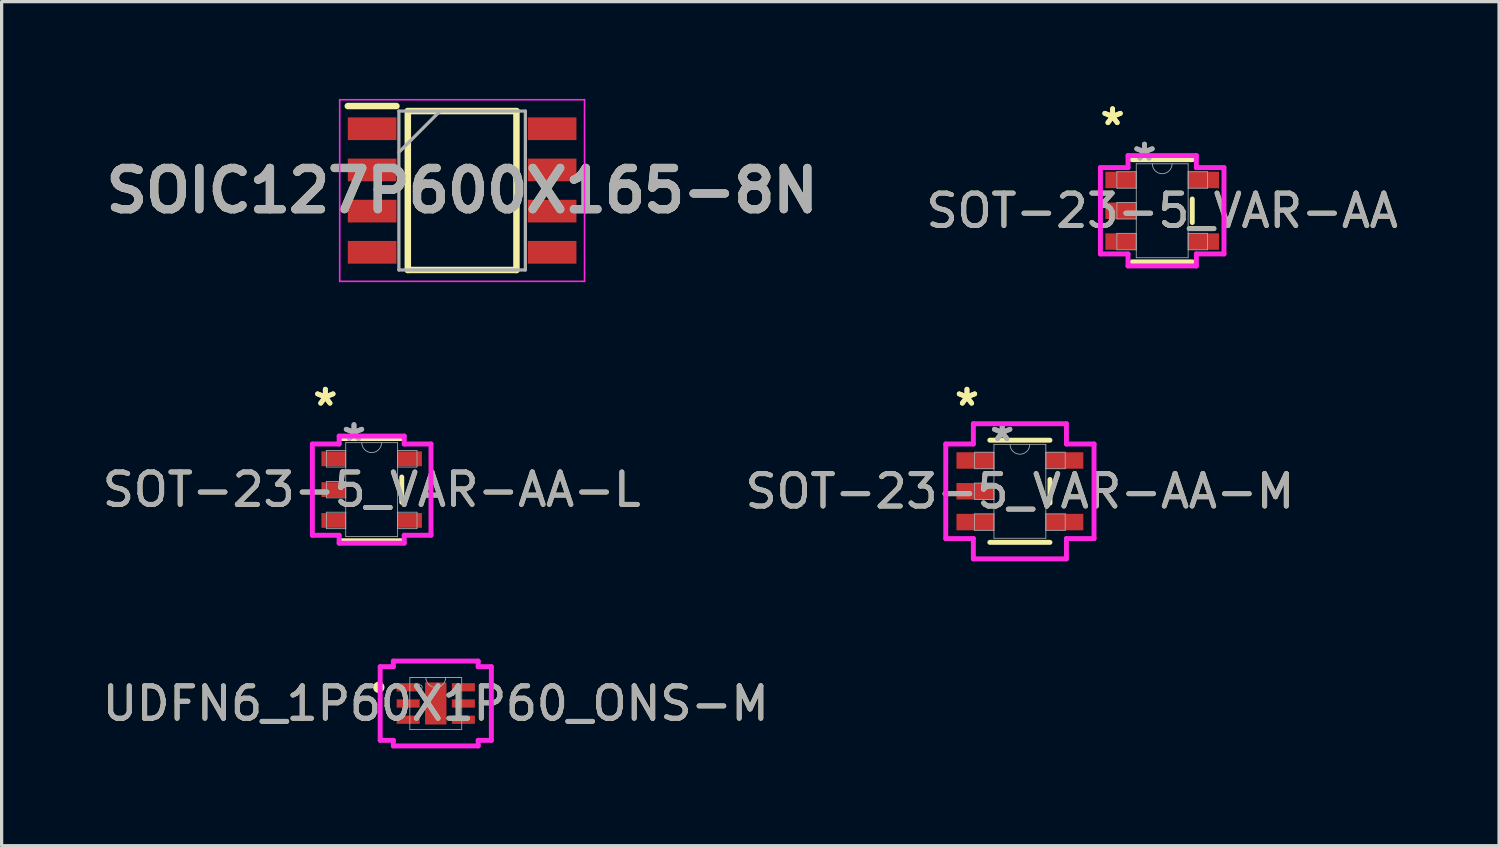
<source format=kicad_pcb>
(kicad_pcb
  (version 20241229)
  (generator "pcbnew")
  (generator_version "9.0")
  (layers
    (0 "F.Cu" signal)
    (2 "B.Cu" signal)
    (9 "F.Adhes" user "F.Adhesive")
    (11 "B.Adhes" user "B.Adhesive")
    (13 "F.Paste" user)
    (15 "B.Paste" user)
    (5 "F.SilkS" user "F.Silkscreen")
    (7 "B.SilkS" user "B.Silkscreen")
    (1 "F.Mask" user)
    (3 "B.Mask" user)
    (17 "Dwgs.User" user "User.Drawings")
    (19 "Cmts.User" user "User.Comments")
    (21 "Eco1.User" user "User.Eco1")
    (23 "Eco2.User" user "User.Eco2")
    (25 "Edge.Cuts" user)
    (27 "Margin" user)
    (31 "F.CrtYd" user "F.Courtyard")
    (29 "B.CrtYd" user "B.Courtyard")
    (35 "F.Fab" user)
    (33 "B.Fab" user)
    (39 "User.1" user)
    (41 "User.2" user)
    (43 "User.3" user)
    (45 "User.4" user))
  (footprint "UDFN6_1P60X1P60_ONS-M"
    (layer "F.Cu")
    (at 10.387 18.643)
    (property "Reference" "UDFN6_1P60X1P60_ONS-M" (at 0 0 0) (unlocked yes) (layer "F.SilkS") (effects (font (size 1 1) (thickness 0.15))))
    (attr smd)
    (fp_circle (center -1.757 -0.5) (end -1.656 -0.5) (stroke (width 0.152) (type solid)) (fill no) (layer "F.SilkS"))
    (fp_line (start -1.714 -1.135) (end -1.308 -1.135) (stroke (width 0.152) (type solid)) (layer "F.CrtYd"))
    (fp_line (start -1.714 1.135) (end -1.714 -1.135) (stroke (width 0.152) (type solid)) (layer "F.CrtYd"))
    (fp_line (start -1.714 1.135) (end -1.308 1.135) (stroke (width 0.152) (type solid)) (layer "F.CrtYd"))
    (fp_line (start -1.308 -1.308) (end 1.308 -1.308) (stroke (width 0.152) (type solid)) (layer "F.CrtYd"))
    (fp_line (start -1.308 -1.135) (end -1.308 -1.308) (stroke (width 0.152) (type solid)) (layer "F.CrtYd"))
    (fp_line (start -1.308 1.308) (end -1.308 1.135) (stroke (width 0.152) (type solid)) (layer "F.CrtYd"))
    (fp_line (start 1.308 -1.308) (end 1.308 -1.135) (stroke (width 0.152) (type solid)) (layer "F.CrtYd"))
    (fp_line (start 1.308 1.135) (end 1.308 1.308) (stroke (width 0.152) (type solid)) (layer "F.CrtYd"))
    (fp_line (start 1.308 1.308) (end -1.308 1.308) (stroke (width 0.152) (type solid)) (layer "F.CrtYd"))
    (fp_line (start 1.714 -1.135) (end 1.308 -1.135) (stroke (width 0.152) (type solid)) (layer "F.CrtYd"))
    (fp_line (start 1.714 -1.135) (end 1.714 1.135) (stroke (width 0.152) (type solid)) (layer "F.CrtYd"))
    (fp_line (start 1.714 1.135) (end 1.308 1.135) (stroke (width 0.152) (type solid)) (layer "F.CrtYd"))
    (fp_line (start -0.8 -0.8) (end -0.8 0.8) (stroke (width 0.025) (type solid)) (layer "F.Fab"))
    (fp_line (start -0.8 0.8) (end 0.8 0.8) (stroke (width 0.025) (type solid)) (layer "F.Fab"))
    (fp_line (start 0.8 -0.8) (end -0.8 -0.8) (stroke (width 0.025) (type solid)) (layer "F.Fab"))
    (fp_line (start 0.8 0.8) (end 0.8 -0.8) (stroke (width 0.025) (type solid)) (layer "F.Fab"))
    (fp_arc (start 0.3048 -0.8001) (mid 0 -0.4953) (end -0.3048 -0.8001) (stroke (width 0.0254) (type solid)) (layer "F.Fab"))
    (fp_circle (center -0.495 -0.5) (end -0.419 -0.5) (stroke (width 0.025) (type solid)) (fill no) (layer "F.Fab"))
    (fp_text user "${REFERENCE}" (at 0 0 0) (unlocked yes) (layer "F.Fab") (effects (font (size 1 1) (thickness 0.15))))
    (pad "1" smd rect (at -0.851 -0.5) (size 0.711 0.254) (layers "F.Cu" "F.Mask" "F.Paste"))
    (pad "2" smd rect (at -0.851 0) (size 0.711 0.254) (layers "F.Cu" "F.Mask" "F.Paste"))
    (pad "3" smd rect (at -0.851 0.5) (size 0.711 0.254) (layers "F.Cu" "F.Mask" "F.Paste"))
    (pad "4" smd rect (at 0.851 0.5) (size 0.711 0.254) (layers "F.Cu" "F.Mask" "F.Paste"))
    (pad "5" smd rect (at 0.851 0) (size 0.711 0.254) (layers "F.Cu" "F.Mask" "F.Paste"))
    (pad "6" smd rect (at 0.851 -0.5) (size 0.711 0.254) (layers "F.Cu" "F.Mask" "F.Paste"))
    (pad "7" smd rect (at 0 0) (size 0.66 1.295) (layers "F.Cu" "F.Mask" "F.Paste")))
  (footprint "SOT-23-5_VAR-AA"
    (layer "F.Cu")
    (at 32.787 3.449)
    (property "Reference" "SOT-23-5_VAR-AA" (at 0 0 0) (unlocked yes) (layer "F.SilkS") (effects (font (size 1 1) (thickness 0.15))))
    (attr smd)
    (fp_line (start -0.927 1.575) (end 0.927 1.575) (stroke (width 0.152) (type solid)) (layer "F.SilkS"))
    (fp_line (start 0.927 -1.575) (end -0.927 -1.575) (stroke (width 0.152) (type solid)) (layer "F.SilkS"))
    (fp_line (start 0.927 0.363) (end 0.927 -0.363) (stroke (width 0.152) (type solid)) (layer "F.SilkS"))
    (fp_line (start -1.905 -1.331) (end -1.054 -1.331) (stroke (width 0.152) (type solid)) (layer "F.CrtYd"))
    (fp_line (start -1.905 1.331) (end -1.905 -1.331) (stroke (width 0.152) (type solid)) (layer "F.CrtYd"))
    (fp_line (start -1.054 -1.702) (end 1.054 -1.702) (stroke (width 0.152) (type solid)) (layer "F.CrtYd"))
    (fp_line (start -1.054 -1.331) (end -1.054 -1.702) (stroke (width 0.152) (type solid)) (layer "F.CrtYd"))
    (fp_line (start -1.054 1.331) (end -1.905 1.331) (stroke (width 0.152) (type solid)) (layer "F.CrtYd"))
    (fp_line (start -1.054 1.702) (end -1.054 1.331) (stroke (width 0.152) (type solid)) (layer "F.CrtYd"))
    (fp_line (start 1.054 -1.702) (end 1.054 -1.331) (stroke (width 0.152) (type solid)) (layer "F.CrtYd"))
    (fp_line (start 1.054 -1.331) (end 1.905 -1.331) (stroke (width 0.152) (type solid)) (layer "F.CrtYd"))
    (fp_line (start 1.054 1.331) (end 1.054 1.702) (stroke (width 0.152) (type solid)) (layer "F.CrtYd"))
    (fp_line (start 1.054 1.702) (end -1.054 1.702) (stroke (width 0.152) (type solid)) (layer "F.CrtYd"))
    (fp_line (start 1.905 -1.331) (end 1.905 1.331) (stroke (width 0.152) (type solid)) (layer "F.CrtYd"))
    (fp_line (start 1.905 1.331) (end 1.054 1.331) (stroke (width 0.152) (type solid)) (layer "F.CrtYd"))
    (fp_line (start -1.397 -1.204) (end -1.397 -0.696) (stroke (width 0.025) (type solid)) (layer "F.Fab"))
    (fp_line (start -1.397 -0.696) (end -0.8 -0.696) (stroke (width 0.025) (type solid)) (layer "F.Fab"))
    (fp_line (start -1.397 -0.254) (end -1.397 0.254) (stroke (width 0.025) (type solid)) (layer "F.Fab"))
    (fp_line (start -1.397 0.254) (end -0.8 0.254) (stroke (width 0.025) (type solid)) (layer "F.Fab"))
    (fp_line (start -1.397 0.696) (end -1.397 1.204) (stroke (width 0.025) (type solid)) (layer "F.Fab"))
    (fp_line (start -1.397 1.204) (end -0.8 1.204) (stroke (width 0.025) (type solid)) (layer "F.Fab"))
    (fp_line (start -0.8 -1.448) (end -0.8 1.448) (stroke (width 0.025) (type solid)) (layer "F.Fab"))
    (fp_line (start -0.8 -1.204) (end -1.397 -1.204) (stroke (width 0.025) (type solid)) (layer "F.Fab"))
    (fp_line (start -0.8 -0.696) (end -0.8 -1.204) (stroke (width 0.025) (type solid)) (layer "F.Fab"))
    (fp_line (start -0.8 -0.254) (end -1.397 -0.254) (stroke (width 0.025) (type solid)) (layer "F.Fab"))
    (fp_line (start -0.8 0.254) (end -0.8 -0.254) (stroke (width 0.025) (type solid)) (layer "F.Fab"))
    (fp_line (start -0.8 0.696) (end -1.397 0.696) (stroke (width 0.025) (type solid)) (layer "F.Fab"))
    (fp_line (start -0.8 1.204) (end -0.8 0.696) (stroke (width 0.025) (type solid)) (layer "F.Fab"))
    (fp_line (start -0.8 1.448) (end 0.8 1.448) (stroke (width 0.025) (type solid)) (layer "F.Fab"))
    (fp_line (start 0.8 -1.448) (end -0.8 -1.448) (stroke (width 0.025) (type solid)) (layer "F.Fab"))
    (fp_line (start 0.8 -1.204) (end 0.8 -0.696) (stroke (width 0.025) (type solid)) (layer "F.Fab"))
    (fp_line (start 0.8 -0.696) (end 1.397 -0.696) (stroke (width 0.025) (type solid)) (layer "F.Fab"))
    (fp_line (start 0.8 0.696) (end 0.8 1.204) (stroke (width 0.025) (type solid)) (layer "F.Fab"))
    (fp_line (start 0.8 1.204) (end 1.397 1.204) (stroke (width 0.025) (type solid)) (layer "F.Fab"))
    (fp_line (start 0.8 1.448) (end 0.8 -1.448) (stroke (width 0.025) (type solid)) (layer "F.Fab"))
    (fp_line (start 1.397 -1.204) (end 0.8 -1.204) (stroke (width 0.025) (type solid)) (layer "F.Fab"))
    (fp_line (start 1.397 -0.696) (end 1.397 -1.204) (stroke (width 0.025) (type solid)) (layer "F.Fab"))
    (fp_line (start 1.397 0.696) (end 0.8 0.696) (stroke (width 0.025) (type solid)) (layer "F.Fab"))
    (fp_line (start 1.397 1.204) (end 1.397 0.696) (stroke (width 0.025) (type solid)) (layer "F.Fab"))
    (fp_arc (start 0.3048 -1.4478) (mid 0 -1.143) (end -0.3048 -1.4478) (stroke (width 0.0254) (type solid)) (layer "F.Fab"))
    (fp_text user "*" (at -1.53 -2.601 0) (layer "F.SilkS") (effects (font (size 1 1) (thickness 0.15))))
    (fp_text user "*" (at -1.53 -2.601 0) (unlocked yes) (layer "F.SilkS") (effects (font (size 1 1) (thickness 0.15))))
    (fp_text user "*" (at -0.546 -1.509 0) (layer "F.Fab") (effects (font (size 1 1) (thickness 0.15))))
    (fp_text user "${REFERENCE}" (at 0 0 0) (unlocked yes) (layer "F.Fab") (effects (font (size 1 1) (thickness 0.15))))
    (fp_text user "*" (at -0.546 -1.509 0) (unlocked yes) (layer "F.Fab") (effects (font (size 1 1) (thickness 0.15))))
    (pad "1" smd rect (at -1.276 -0.95) (size 0.953 0.508) (layers "F.Cu" "F.Mask" "F.Paste"))
    (pad "2" smd rect (at -1.276 0) (size 0.953 0.508) (layers "F.Cu" "F.Mask" "F.Paste"))
    (pad "3" smd rect (at -1.276 0.95) (size 0.953 0.508) (layers "F.Cu" "F.Mask" "F.Paste"))
    (pad "4" smd rect (at 1.276 0.95) (size 0.953 0.508) (layers "F.Cu" "F.Mask" "F.Paste"))
    (pad "5" smd rect (at 1.276 -0.95) (size 0.953 0.508) (layers "F.Cu" "F.Mask" "F.Paste")))
  (footprint "SOT-23-5_VAR-AA-L"
    (layer "F.Cu")
    (at 8.411 12.048)
    (property "Reference" "SOT-23-5_VAR-AA-L" (at 0 0 0) (unlocked yes) (layer "F.SilkS") (effects (font (size 1 1) (thickness 0.15))))
    (attr smd)
    (fp_line (start -0.927 1.575) (end 0.927 1.575) (stroke (width 0.152) (type solid)) (layer "F.SilkS"))
    (fp_line (start 0.927 -1.575) (end -0.927 -1.575) (stroke (width 0.152) (type solid)) (layer "F.SilkS"))
    (fp_line (start 0.927 0.389) (end 0.927 -0.389) (stroke (width 0.152) (type solid)) (layer "F.SilkS"))
    (fp_line (start -1.829 -1.407) (end -1.003 -1.407) (stroke (width 0.152) (type solid)) (layer "F.CrtYd"))
    (fp_line (start -1.829 1.407) (end -1.829 -1.407) (stroke (width 0.152) (type solid)) (layer "F.CrtYd"))
    (fp_line (start -1.003 -1.651) (end 1.003 -1.651) (stroke (width 0.152) (type solid)) (layer "F.CrtYd"))
    (fp_line (start -1.003 -1.407) (end -1.003 -1.651) (stroke (width 0.152) (type solid)) (layer "F.CrtYd"))
    (fp_line (start -1.003 1.407) (end -1.829 1.407) (stroke (width 0.152) (type solid)) (layer "F.CrtYd"))
    (fp_line (start -1.003 1.651) (end -1.003 1.407) (stroke (width 0.152) (type solid)) (layer "F.CrtYd"))
    (fp_line (start 1.003 -1.651) (end 1.003 -1.407) (stroke (width 0.152) (type solid)) (layer "F.CrtYd"))
    (fp_line (start 1.003 -1.407) (end 1.829 -1.407) (stroke (width 0.152) (type solid)) (layer "F.CrtYd"))
    (fp_line (start 1.003 1.407) (end 1.003 1.651) (stroke (width 0.152) (type solid)) (layer "F.CrtYd"))
    (fp_line (start 1.003 1.651) (end -1.003 1.651) (stroke (width 0.152) (type solid)) (layer "F.CrtYd"))
    (fp_line (start 1.829 -1.407) (end 1.829 1.407) (stroke (width 0.152) (type solid)) (layer "F.CrtYd"))
    (fp_line (start 1.829 1.407) (end 1.003 1.407) (stroke (width 0.152) (type solid)) (layer "F.CrtYd"))
    (fp_line (start -1.397 -1.204) (end -1.397 -0.696) (stroke (width 0.025) (type solid)) (layer "F.Fab"))
    (fp_line (start -1.397 -0.696) (end -0.8 -0.696) (stroke (width 0.025) (type solid)) (layer "F.Fab"))
    (fp_line (start -1.397 -0.254) (end -1.397 0.254) (stroke (width 0.025) (type solid)) (layer "F.Fab"))
    (fp_line (start -1.397 0.254) (end -0.8 0.254) (stroke (width 0.025) (type solid)) (layer "F.Fab"))
    (fp_line (start -1.397 0.696) (end -1.397 1.204) (stroke (width 0.025) (type solid)) (layer "F.Fab"))
    (fp_line (start -1.397 1.204) (end -0.8 1.204) (stroke (width 0.025) (type solid)) (layer "F.Fab"))
    (fp_line (start -0.8 -1.448) (end -0.8 1.448) (stroke (width 0.025) (type solid)) (layer "F.Fab"))
    (fp_line (start -0.8 -1.204) (end -1.397 -1.204) (stroke (width 0.025) (type solid)) (layer "F.Fab"))
    (fp_line (start -0.8 -0.696) (end -0.8 -1.204) (stroke (width 0.025) (type solid)) (layer "F.Fab"))
    (fp_line (start -0.8 -0.254) (end -1.397 -0.254) (stroke (width 0.025) (type solid)) (layer "F.Fab"))
    (fp_line (start -0.8 0.254) (end -0.8 -0.254) (stroke (width 0.025) (type solid)) (layer "F.Fab"))
    (fp_line (start -0.8 0.696) (end -1.397 0.696) (stroke (width 0.025) (type solid)) (layer "F.Fab"))
    (fp_line (start -0.8 1.204) (end -0.8 0.696) (stroke (width 0.025) (type solid)) (layer "F.Fab"))
    (fp_line (start -0.8 1.448) (end 0.8 1.448) (stroke (width 0.025) (type solid)) (layer "F.Fab"))
    (fp_line (start 0.8 -1.448) (end -0.8 -1.448) (stroke (width 0.025) (type solid)) (layer "F.Fab"))
    (fp_line (start 0.8 -1.204) (end 0.8 -0.696) (stroke (width 0.025) (type solid)) (layer "F.Fab"))
    (fp_line (start 0.8 -0.696) (end 1.397 -0.696) (stroke (width 0.025) (type solid)) (layer "F.Fab"))
    (fp_line (start 0.8 0.696) (end 0.8 1.204) (stroke (width 0.025) (type solid)) (layer "F.Fab"))
    (fp_line (start 0.8 1.204) (end 1.397 1.204) (stroke (width 0.025) (type solid)) (layer "F.Fab"))
    (fp_line (start 0.8 1.448) (end 0.8 -1.448) (stroke (width 0.025) (type solid)) (layer "F.Fab"))
    (fp_line (start 1.397 -1.204) (end 0.8 -1.204) (stroke (width 0.025) (type solid)) (layer "F.Fab"))
    (fp_line (start 1.397 -0.696) (end 1.397 -1.204) (stroke (width 0.025) (type solid)) (layer "F.Fab"))
    (fp_line (start 1.397 0.696) (end 0.8 0.696) (stroke (width 0.025) (type solid)) (layer "F.Fab"))
    (fp_line (start 1.397 1.204) (end 1.397 0.696) (stroke (width 0.025) (type solid)) (layer "F.Fab"))
    (fp_arc (start 0.3048 -1.4478) (mid 0 -1.143) (end -0.3048 -1.4478) (stroke (width 0.0254) (type solid)) (layer "F.Fab"))
    (fp_text user "*" (at -1.429 -2.55 0) (unlocked yes) (layer "F.SilkS") (effects (font (size 1 1) (thickness 0.15))))
    (fp_text user "*" (at -1.429 -2.55 0) (layer "F.SilkS") (effects (font (size 1 1) (thickness 0.15))))
    (fp_text user "*" (at -0.546 -1.458 0) (unlocked yes) (layer "F.Fab") (effects (font (size 1 1) (thickness 0.15))))
    (fp_text user "*" (at -0.546 -1.458 0) (layer "F.Fab") (effects (font (size 1 1) (thickness 0.15))))
    (fp_text user "${REFERENCE}" (at 0 0 0) (unlocked yes) (layer "F.Fab") (effects (font (size 1 1) (thickness 0.15))))
    (pad "1" smd rect (at -1.175 -0.95) (size 0.749 0.457) (layers "F.Cu" "F.Mask" "F.Paste"))
    (pad "2" smd rect (at -1.175 0) (size 0.749 0.457) (layers "F.Cu" "F.Mask" "F.Paste"))
    (pad "3" smd rect (at -1.175 0.95) (size 0.749 0.457) (layers "F.Cu" "F.Mask" "F.Paste"))
    (pad "4" smd rect (at 1.175 0.95) (size 0.749 0.457) (layers "F.Cu" "F.Mask" "F.Paste"))
    (pad "5" smd rect (at 1.175 -0.95) (size 0.749 0.457) (layers "F.Cu" "F.Mask" "F.Paste")))
  (footprint "SOIC127P600X165-8N"
    (layer "F.Cu")
    (at 11.2 2.825)
    (property "Reference" "SOIC127P600X165-8N" (at 0 0 0) (layer "F.SilkS") (effects (font (size 1.27 1.27) (thickness 0.254))))
    (attr smd)
    (fp_line (start -3.525 -2.605) (end -2.025 -2.605) (stroke (width 0.2) (type solid)) (layer "F.SilkS"))
    (fp_line (start -1.675 -2.45) (end 1.675 -2.45) (stroke (width 0.2) (type solid)) (layer "F.SilkS"))
    (fp_line (start -1.675 2.45) (end -1.675 -2.45) (stroke (width 0.2) (type solid)) (layer "F.SilkS"))
    (fp_line (start 1.675 -2.45) (end 1.675 2.45) (stroke (width 0.2) (type solid)) (layer "F.SilkS"))
    (fp_line (start 1.675 2.45) (end -1.675 2.45) (stroke (width 0.2) (type solid)) (layer "F.SilkS"))
    (fp_line (start -3.775 -2.8) (end 3.775 -2.8) (stroke (width 0.05) (type solid)) (layer "F.CrtYd"))
    (fp_line (start -3.775 2.8) (end -3.775 -2.8) (stroke (width 0.05) (type solid)) (layer "F.CrtYd"))
    (fp_line (start 3.775 -2.8) (end 3.775 2.8) (stroke (width 0.05) (type solid)) (layer "F.CrtYd"))
    (fp_line (start 3.775 2.8) (end -3.775 2.8) (stroke (width 0.05) (type solid)) (layer "F.CrtYd"))
    (fp_line (start -1.95 -2.45) (end 1.95 -2.45) (stroke (width 0.1) (type solid)) (layer "F.Fab"))
    (fp_line (start -1.95 -1.18) (end -0.68 -2.45) (stroke (width 0.1) (type solid)) (layer "F.Fab"))
    (fp_line (start -1.95 2.45) (end -1.95 -2.45) (stroke (width 0.1) (type solid)) (layer "F.Fab"))
    (fp_line (start 1.95 -2.45) (end 1.95 2.45) (stroke (width 0.1) (type solid)) (layer "F.Fab"))
    (fp_line (start 1.95 2.45) (end -1.95 2.45) (stroke (width 0.1) (type solid)) (layer "F.Fab"))
    (fp_text user "${REFERENCE}" (at 0 0 0) (layer "F.Fab") (effects (font (size 1.27 1.27) (thickness 0.254))))
    (pad "1" smd rect (at -2.775 -1.905 90) (size 0.7 1.5) (layers "F.Cu" "F.Mask" "F.Paste"))
    (pad "2" smd rect (at -2.775 -0.635 90) (size 0.7 1.5) (layers "F.Cu" "F.Mask" "F.Paste"))
    (pad "3" smd rect (at -2.775 0.635 90) (size 0.7 1.5) (layers "F.Cu" "F.Mask" "F.Paste"))
    (pad "4" smd rect (at -2.775 1.905 90) (size 0.7 1.5) (layers "F.Cu" "F.Mask" "F.Paste"))
    (pad "5" smd rect (at 2.775 1.905 90) (size 0.7 1.5) (layers "F.Cu" "F.Mask" "F.Paste"))
    (pad "6" smd rect (at 2.775 0.635 90) (size 0.7 1.5) (layers "F.Cu" "F.Mask" "F.Paste"))
    (pad "7" smd rect (at 2.775 -0.635 90) (size 0.7 1.5) (layers "F.Cu" "F.Mask" "F.Paste"))
    (pad "8" smd rect (at 2.775 -1.905 90) (size 0.7 1.5) (layers "F.Cu" "F.Mask" "F.Paste")))
  (footprint "SOT-23-5_VAR-AA-M"
    (layer "F.Cu")
    (at 28.399 12.099)
    (property "Reference" "SOT-23-5_VAR-AA-M" (at 0 0 0) (unlocked yes) (layer "F.SilkS") (effects (font (size 1 1) (thickness 0.15))))
    (attr smd)
    (fp_line (start -0.927 1.575) (end 0.927 1.575) (stroke (width 0.152) (type solid)) (layer "F.SilkS"))
    (fp_line (start 0.927 -1.575) (end -0.927 -1.575) (stroke (width 0.152) (type solid)) (layer "F.SilkS"))
    (fp_line (start 0.927 0.363) (end 0.927 -0.363) (stroke (width 0.152) (type solid)) (layer "F.SilkS"))
    (fp_line (start -2.286 -1.458) (end -1.435 -1.458) (stroke (width 0.152) (type solid)) (layer "F.CrtYd"))
    (fp_line (start -2.286 1.458) (end -2.286 -1.458) (stroke (width 0.152) (type solid)) (layer "F.CrtYd"))
    (fp_line (start -1.435 -2.083) (end 1.435 -2.083) (stroke (width 0.152) (type solid)) (layer "F.CrtYd"))
    (fp_line (start -1.435 -1.458) (end -1.435 -2.083) (stroke (width 0.152) (type solid)) (layer "F.CrtYd"))
    (fp_line (start -1.435 1.458) (end -2.286 1.458) (stroke (width 0.152) (type solid)) (layer "F.CrtYd"))
    (fp_line (start -1.435 2.083) (end -1.435 1.458) (stroke (width 0.152) (type solid)) (layer "F.CrtYd"))
    (fp_line (start 1.435 -2.083) (end 1.435 -1.458) (stroke (width 0.152) (type solid)) (layer "F.CrtYd"))
    (fp_line (start 1.435 -1.458) (end 2.286 -1.458) (stroke (width 0.152) (type solid)) (layer "F.CrtYd"))
    (fp_line (start 1.435 1.458) (end 1.435 2.083) (stroke (width 0.152) (type solid)) (layer "F.CrtYd"))
    (fp_line (start 1.435 2.083) (end -1.435 2.083) (stroke (width 0.152) (type solid)) (layer "F.CrtYd"))
    (fp_line (start 2.286 -1.458) (end 2.286 1.458) (stroke (width 0.152) (type solid)) (layer "F.CrtYd"))
    (fp_line (start 2.286 1.458) (end 1.435 1.458) (stroke (width 0.152) (type solid)) (layer "F.CrtYd"))
    (fp_line (start -1.397 -1.204) (end -1.397 -0.696) (stroke (width 0.025) (type solid)) (layer "F.Fab"))
    (fp_line (start -1.397 -0.696) (end -0.8 -0.696) (stroke (width 0.025) (type solid)) (layer "F.Fab"))
    (fp_line (start -1.397 -0.254) (end -1.397 0.254) (stroke (width 0.025) (type solid)) (layer "F.Fab"))
    (fp_line (start -1.397 0.254) (end -0.8 0.254) (stroke (width 0.025) (type solid)) (layer "F.Fab"))
    (fp_line (start -1.397 0.696) (end -1.397 1.204) (stroke (width 0.025) (type solid)) (layer "F.Fab"))
    (fp_line (start -1.397 1.204) (end -0.8 1.204) (stroke (width 0.025) (type solid)) (layer "F.Fab"))
    (fp_line (start -0.8 -1.448) (end -0.8 1.448) (stroke (width 0.025) (type solid)) (layer "F.Fab"))
    (fp_line (start -0.8 -1.204) (end -1.397 -1.204) (stroke (width 0.025) (type solid)) (layer "F.Fab"))
    (fp_line (start -0.8 -0.696) (end -0.8 -1.204) (stroke (width 0.025) (type solid)) (layer "F.Fab"))
    (fp_line (start -0.8 -0.254) (end -1.397 -0.254) (stroke (width 0.025) (type solid)) (layer "F.Fab"))
    (fp_line (start -0.8 0.254) (end -0.8 -0.254) (stroke (width 0.025) (type solid)) (layer "F.Fab"))
    (fp_line (start -0.8 0.696) (end -1.397 0.696) (stroke (width 0.025) (type solid)) (layer "F.Fab"))
    (fp_line (start -0.8 1.204) (end -0.8 0.696) (stroke (width 0.025) (type solid)) (layer "F.Fab"))
    (fp_line (start -0.8 1.448) (end 0.8 1.448) (stroke (width 0.025) (type solid)) (layer "F.Fab"))
    (fp_line (start 0.8 -1.448) (end -0.8 -1.448) (stroke (width 0.025) (type solid)) (layer "F.Fab"))
    (fp_line (start 0.8 -1.204) (end 0.8 -0.696) (stroke (width 0.025) (type solid)) (layer "F.Fab"))
    (fp_line (start 0.8 -0.696) (end 1.397 -0.696) (stroke (width 0.025) (type solid)) (layer "F.Fab"))
    (fp_line (start 0.8 0.696) (end 0.8 1.204) (stroke (width 0.025) (type solid)) (layer "F.Fab"))
    (fp_line (start 0.8 1.204) (end 1.397 1.204) (stroke (width 0.025) (type solid)) (layer "F.Fab"))
    (fp_line (start 0.8 1.448) (end 0.8 -1.448) (stroke (width 0.025) (type solid)) (layer "F.Fab"))
    (fp_line (start 1.397 -1.204) (end 0.8 -1.204) (stroke (width 0.025) (type solid)) (layer "F.Fab"))
    (fp_line (start 1.397 -0.696) (end 1.397 -1.204) (stroke (width 0.025) (type solid)) (layer "F.Fab"))
    (fp_line (start 1.397 0.696) (end 0.8 0.696) (stroke (width 0.025) (type solid)) (layer "F.Fab"))
    (fp_line (start 1.397 1.204) (end 1.397 0.696) (stroke (width 0.025) (type solid)) (layer "F.Fab"))
    (fp_arc (start 0.3048 -1.4478) (mid 0 -1.143) (end -0.3048 -1.4478) (stroke (width 0.0254) (type solid)) (layer "F.Fab"))
    (fp_text user "*" (at -1.632 -2.601 0) (layer "F.SilkS") (effects (font (size 1 1) (thickness 0.15))))
    (fp_text user "*" (at -1.632 -2.601 0) (unlocked yes) (layer "F.SilkS") (effects (font (size 1 1) (thickness 0.15))))
    (fp_text user "${REFERENCE}" (at 0 0 0) (unlocked yes) (layer "F.Fab") (effects (font (size 1 1) (thickness 0.15))))
    (fp_text user "*" (at -0.546 -1.509 0) (layer "F.Fab") (effects (font (size 1 1) (thickness 0.15))))
    (fp_text user "*" (at -0.546 -1.509 0) (unlocked yes) (layer "F.Fab") (effects (font (size 1 1) (thickness 0.15))))
    (pad "1" smd rect (at -1.378 -0.95) (size 1.156 0.508) (layers "F.Cu" "F.Mask" "F.Paste"))
    (pad "2" smd rect (at -1.378 0) (size 1.156 0.508) (layers "F.Cu" "F.Mask" "F.Paste"))
    (pad "3" smd rect (at -1.378 0.95) (size 1.156 0.508) (layers "F.Cu" "F.Mask" "F.Paste"))
    (pad "4" smd rect (at 1.378 0.95) (size 1.156 0.508) (layers "F.Cu" "F.Mask" "F.Paste"))
    (pad "5" smd rect (at 1.378 -0.95) (size 1.156 0.508) (layers "F.Cu" "F.Mask" "F.Paste")))
  (gr_rect
    (start -3 -3)
    (end 43.174 23.027)
    (stroke (width 0.1) (type default))
    (fill no)
    (layer "Edge.Cuts")))
</source>
